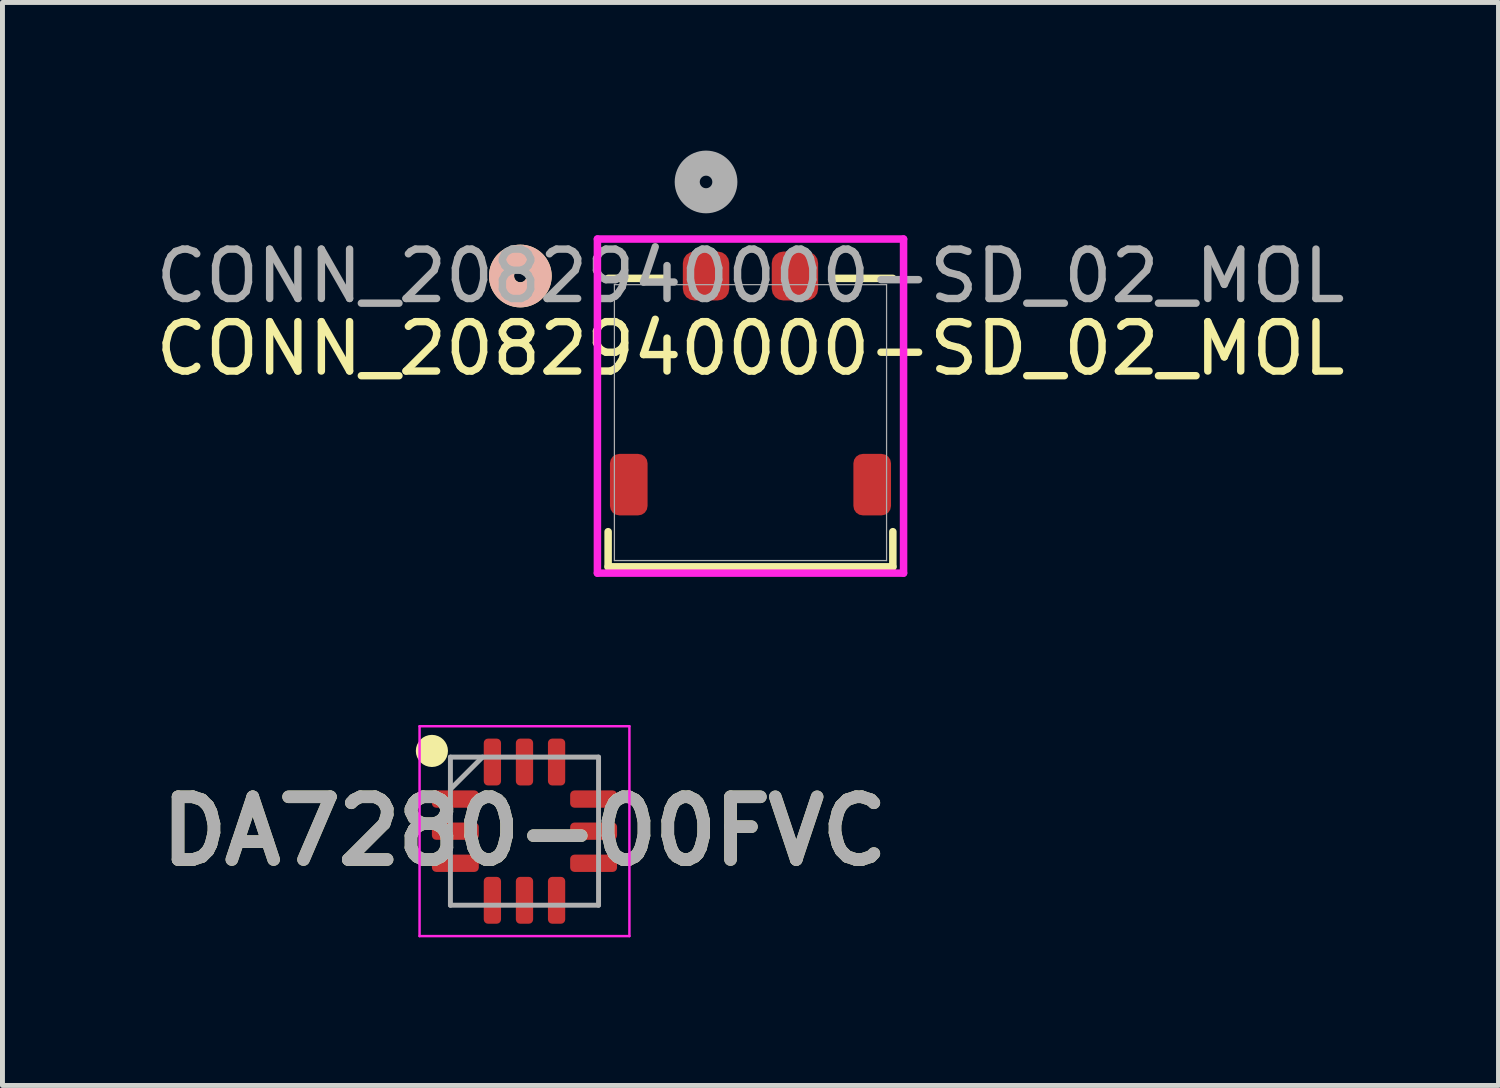
<source format=kicad_pcb>
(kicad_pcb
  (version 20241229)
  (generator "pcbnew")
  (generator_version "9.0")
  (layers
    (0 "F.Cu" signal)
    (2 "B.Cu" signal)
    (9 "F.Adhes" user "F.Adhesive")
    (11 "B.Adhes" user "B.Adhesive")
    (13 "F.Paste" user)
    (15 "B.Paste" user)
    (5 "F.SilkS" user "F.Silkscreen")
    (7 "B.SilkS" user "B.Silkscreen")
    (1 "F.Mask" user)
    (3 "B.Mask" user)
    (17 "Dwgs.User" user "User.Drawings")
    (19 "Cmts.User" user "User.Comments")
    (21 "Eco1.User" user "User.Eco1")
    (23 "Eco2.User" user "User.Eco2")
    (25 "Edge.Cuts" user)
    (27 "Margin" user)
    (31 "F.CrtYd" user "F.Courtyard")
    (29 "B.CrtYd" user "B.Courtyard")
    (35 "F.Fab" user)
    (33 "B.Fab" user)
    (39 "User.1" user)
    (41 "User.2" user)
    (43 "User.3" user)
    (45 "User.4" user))
  (footprint "CONN_2082940000-SD_02_MOL"
    (layer "F.Cu")
    (at 12.149 5.509)
    (property "Reference" "CONN_2082940000-SD_02_MOL" (at 0 -1.5 0) (unlocked yes) (layer "F.SilkS") (effects (font (size 1 1) (thickness 0.15))))
    (attr smd)
    (fp_line (start -2.883 2.209) (end -2.883 2.921) (stroke (width 0.152) (type solid)) (layer "F.SilkS"))
    (fp_line (start -2.883 2.921) (end 2.883 2.921) (stroke (width 0.152) (type solid)) (layer "F.SilkS"))
    (fp_line (start -1.703 -2.921) (end -2.883 -2.921) (stroke (width 0.152) (type solid)) (layer "F.SilkS"))
    (fp_line (start 2.883 -2.921) (end 1.703 -2.921) (stroke (width 0.152) (type solid)) (layer "F.SilkS"))
    (fp_line (start 2.883 2.921) (end 2.883 2.209) (stroke (width 0.152) (type solid)) (layer "F.SilkS"))
    (fp_circle (center -4.661 -2.969) (end -4.28 -2.969) (stroke (width 0.508) (type solid)) (fill no) (layer "F.SilkS"))
    (fp_circle (center -4.661 -2.969) (end -4.28 -2.969) (stroke (width 0.508) (type solid)) (fill no) (layer "B.SilkS"))
    (fp_line (start -3.1 -3.718) (end -3.1 3.048) (stroke (width 0.152) (type solid)) (layer "F.CrtYd"))
    (fp_line (start -3.1 3.048) (end 3.1 3.048) (stroke (width 0.152) (type solid)) (layer "F.CrtYd"))
    (fp_line (start 3.1 -3.718) (end -3.1 -3.718) (stroke (width 0.152) (type solid)) (layer "F.CrtYd"))
    (fp_line (start 3.1 3.048) (end 3.1 -3.718) (stroke (width 0.152) (type solid)) (layer "F.CrtYd"))
    (fp_line (start -2.756 -2.794) (end -2.756 2.794) (stroke (width 0.025) (type solid)) (layer "F.Fab"))
    (fp_line (start -2.756 2.794) (end 2.756 2.794) (stroke (width 0.025) (type solid)) (layer "F.Fab"))
    (fp_line (start 2.756 -2.794) (end -2.756 -2.794) (stroke (width 0.025) (type solid)) (layer "F.Fab"))
    (fp_line (start 2.756 2.794) (end 2.756 -2.794) (stroke (width 0.025) (type solid)) (layer "F.Fab"))
    (fp_circle (center -0.9 -4.874) (end -0.519 -4.874) (stroke (width 0.508) (type solid)) (fill no) (layer "F.Fab"))
    (fp_text user "${REFERENCE}" (at 0 -2.969 0) (unlocked yes) (layer "F.Fab") (effects (font (size 1 1) (thickness 0.15))))
    (pad "1" smd roundrect (at -0.9 -2.969) (size 0.94 0.991) (layers "F.Cu" "F.Mask" "F.Paste") (roundrect_rratio 0.25))
    (pad "2" smd roundrect (at 0.9 -2.969) (size 0.94 0.991) (layers "F.Cu" "F.Mask" "F.Paste") (roundrect_rratio 0.25))
    (pad "MP" smd roundrect (at -2.465 1.256) (size 0.762 1.245) (layers "F.Cu" "F.Mask" "F.Paste") (roundrect_rratio 0.25))
    (pad "MP" smd roundrect (at 2.465 1.256) (size 0.762 1.245) (layers "F.Cu" "F.Mask" "F.Paste") (roundrect_rratio 0.25))
    (zone (net_name "") (layer "F.Cu") (hatch full 0.508) (connect_pads) (min_thickness 0.254) (filled_areas_thickness no) (keepout (tracks not_allowed) (vias not_allowed) (pads allowed) (copperpour not_allowed) (footprints allowed)) (placement (enabled no)) (fill) (polygon (pts (xy 9.303 3.035) (xy 9.303 6.143) (xy 14.995 6.143) (xy 14.995 3.035)))))
  (footprint "DA7280-00FVC"
    (layer "F.Cu")
    (at 7.572 13.783)
    (property "Reference" "DA7280-00FVC" (at 0 0 0) (layer "F.SilkS") (effects (font (size 1.27 1.27) (thickness 0.254))))
    (attr smd)
    (fp_circle (center -1.875 -1.625) (end -1.875 -1.462) (stroke (width 0.325) (type solid)) (fill no) (layer "F.SilkS"))
    (fp_line (start -2.125 -2.125) (end 2.125 -2.125) (stroke (width 0.05) (type solid)) (layer "F.CrtYd"))
    (fp_line (start -2.125 2.125) (end -2.125 -2.125) (stroke (width 0.05) (type solid)) (layer "F.CrtYd"))
    (fp_line (start 2.125 -2.125) (end 2.125 2.125) (stroke (width 0.05) (type solid)) (layer "F.CrtYd"))
    (fp_line (start 2.125 2.125) (end -2.125 2.125) (stroke (width 0.05) (type solid)) (layer "F.CrtYd"))
    (fp_line (start -1.5 -1.5) (end 1.5 -1.5) (stroke (width 0.1) (type solid)) (layer "F.Fab"))
    (fp_line (start -1.5 -0.85) (end -0.85 -1.5) (stroke (width 0.1) (type solid)) (layer "F.Fab"))
    (fp_line (start -1.5 1.5) (end -1.5 -1.5) (stroke (width 0.1) (type solid)) (layer "F.Fab"))
    (fp_line (start 1.5 -1.5) (end 1.5 1.5) (stroke (width 0.1) (type solid)) (layer "F.Fab"))
    (fp_line (start 1.5 1.5) (end -1.5 1.5) (stroke (width 0.1) (type solid)) (layer "F.Fab"))
    (fp_text user "${REFERENCE}" (at 0 0 0) (layer "F.Fab") (effects (font (size 1.27 1.27) (thickness 0.254))))
    (pad "1" smd roundrect (at -1.4 -0.65 90) (size 0.35 0.95) (layers "F.Cu" "F.Mask" "F.Paste") (roundrect_rratio 0.25))
    (pad "2" smd roundrect (at -1.4 0 90) (size 0.35 0.95) (layers "F.Cu" "F.Mask" "F.Paste") (roundrect_rratio 0.25))
    (pad "3" smd roundrect (at -1.4 0.65 90) (size 0.35 0.95) (layers "F.Cu" "F.Mask" "F.Paste") (roundrect_rratio 0.25))
    (pad "4" smd roundrect (at -0.65 1.4) (size 0.35 0.95) (layers "F.Cu" "F.Mask" "F.Paste") (roundrect_rratio 0.25))
    (pad "5" smd roundrect (at 0 1.4) (size 0.35 0.95) (layers "F.Cu" "F.Mask" "F.Paste") (roundrect_rratio 0.25))
    (pad "6" smd roundrect (at 0.65 1.4) (size 0.35 0.95) (layers "F.Cu" "F.Mask" "F.Paste") (roundrect_rratio 0.25))
    (pad "7" smd roundrect (at 1.4 0.65 90) (size 0.35 0.95) (layers "F.Cu" "F.Mask" "F.Paste") (roundrect_rratio 0.25))
    (pad "8" smd roundrect (at 1.4 0 90) (size 0.35 0.95) (layers "F.Cu" "F.Mask" "F.Paste") (roundrect_rratio 0.25))
    (pad "9" smd roundrect (at 1.4 -0.65 90) (size 0.35 0.95) (layers "F.Cu" "F.Mask" "F.Paste") (roundrect_rratio 0.25))
    (pad "10" smd roundrect (at 0.65 -1.4) (size 0.35 0.95) (layers "F.Cu" "F.Mask" "F.Paste") (roundrect_rratio 0.25))
    (pad "11" smd roundrect (at 0 -1.4) (size 0.35 0.95) (layers "F.Cu" "F.Mask" "F.Paste") (roundrect_rratio 0.25))
    (pad "12" smd roundrect (at -0.65 -1.4) (size 0.35 0.95) (layers "F.Cu" "F.Mask" "F.Paste") (roundrect_rratio 0.25)))
  (gr_rect
    (start -3 -3)
    (end 27.298 18.933)
    (stroke (width 0.1) (type default))
    (fill no)
    (layer "Edge.Cuts")))
</source>
